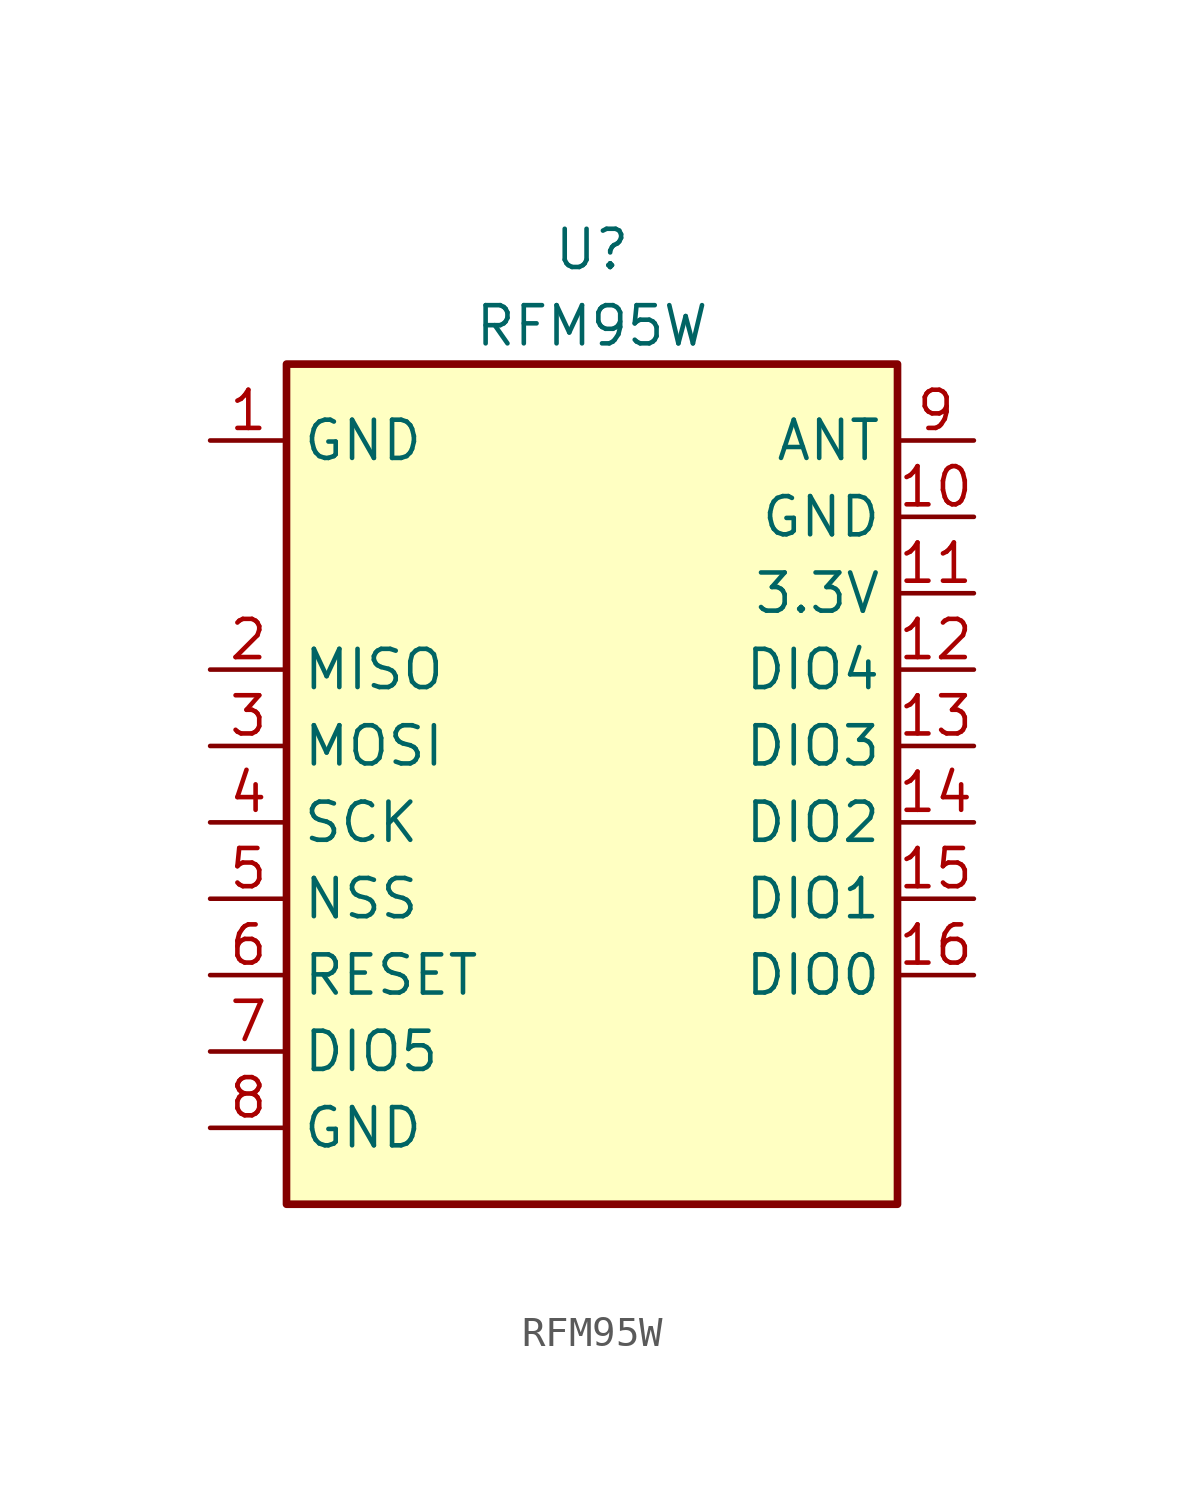
<source format=kicad_sym>
(kicad_symbol_lib
  (version 20220914)
  (generator kicad_symbol_editor)
  (symbol "RFM95W"
    (property "Reference" "U"
      (at 0 17.78 0)
      (effects (font (size 1.27 1.27))))
    (property "Value" "RFM95W"
      (at 0 15.24 0)
      (effects (font (size 1.27 1.27))))
    (symbol "RFM95W_0_1"
      (rectangle (start -10.16 13.97) (end 10.16 -13.97) (stroke (width 0.254) (type default)) (fill (type background))))
    (symbol "RFM95W_1_1"
      (pin power_in line (at -12.7 11.43 0) (length 2.54) (name "GND" (effects (font (size 1.27 1.27)))) (number "1" (effects (font (size 1.27 1.27)))))
      (pin input line (at -12.7 3.81 0) (length 2.54) (name "MISO" (effects (font (size 1.27 1.27)))) (number "2" (effects (font (size 1.27 1.27)))))
      (pin input line (at -12.7 1.27 0) (length 2.54) (name "MOSI" (effects (font (size 1.27 1.27)))) (number "3" (effects (font (size 1.27 1.27)))))
      (pin input line (at -12.7 -1.27 0) (length 2.54) (name "SCK" (effects (font (size 1.27 1.27)))) (number "4" (effects (font (size 1.27 1.27)))))
      (pin input line (at -12.7 -3.81 0) (length 2.54) (name "NSS" (effects (font (size 1.27 1.27)))) (number "5" (effects (font (size 1.27 1.27)))))
      (pin input line (at -12.7 -6.35 0) (length 2.54) (name "RESET" (effects (font (size 1.27 1.27)))) (number "6" (effects (font (size 1.27 1.27)))))
      (pin output line (at -12.7 -8.89 0) (length 2.54) (name "DIO5" (effects (font (size 1.27 1.27)))) (number "7" (effects (font (size 1.27 1.27)))))
      (pin power_in line (at -12.7 -11.43 0) (length 2.54) (name "GND" (effects (font (size 1.27 1.27)))) (number "8" (effects (font (size 1.27 1.27)))))
      (pin output line (at 12.7 11.43 180) (length 2.54) (name "ANT" (effects (font (size 1.27 1.27)))) (number "9" (effects (font (size 1.27 1.27)))))
      (pin power_in line (at 12.7 8.89 180) (length 2.54) (name "GND" (effects (font (size 1.27 1.27)))) (number "10" (effects (font (size 1.27 1.27)))))
      (pin power_in line (at 12.7 6.35 180) (length 2.54) (name "3.3V" (effects (font (size 1.27 1.27)))) (number "11" (effects (font (size 1.27 1.27)))))
      (pin output line (at 12.7 3.81 180) (length 2.54) (name "DIO4" (effects (font (size 1.27 1.27)))) (number "12" (effects (font (size 1.27 1.27)))))
      (pin output line (at 12.7 1.27 180) (length 2.54) (name "DIO3" (effects (font (size 1.27 1.27)))) (number "13" (effects (font (size 1.27 1.27)))))
      (pin output line (at 12.7 -1.27 180) (length 2.54) (name "DIO2" (effects (font (size 1.27 1.27)))) (number "14" (effects (font (size 1.27 1.27)))))
      (pin output line (at 12.7 -3.81 180) (length 2.54) (name "DIO1" (effects (font (size 1.27 1.27)))) (number "15" (effects (font (size 1.27 1.27)))))
      (pin output line (at 12.7 -6.35 180) (length 2.54) (name "DIO0" (effects (font (size 1.27 1.27)))) (number "16" (effects (font (size 1.27 1.27))))))))
</source>
